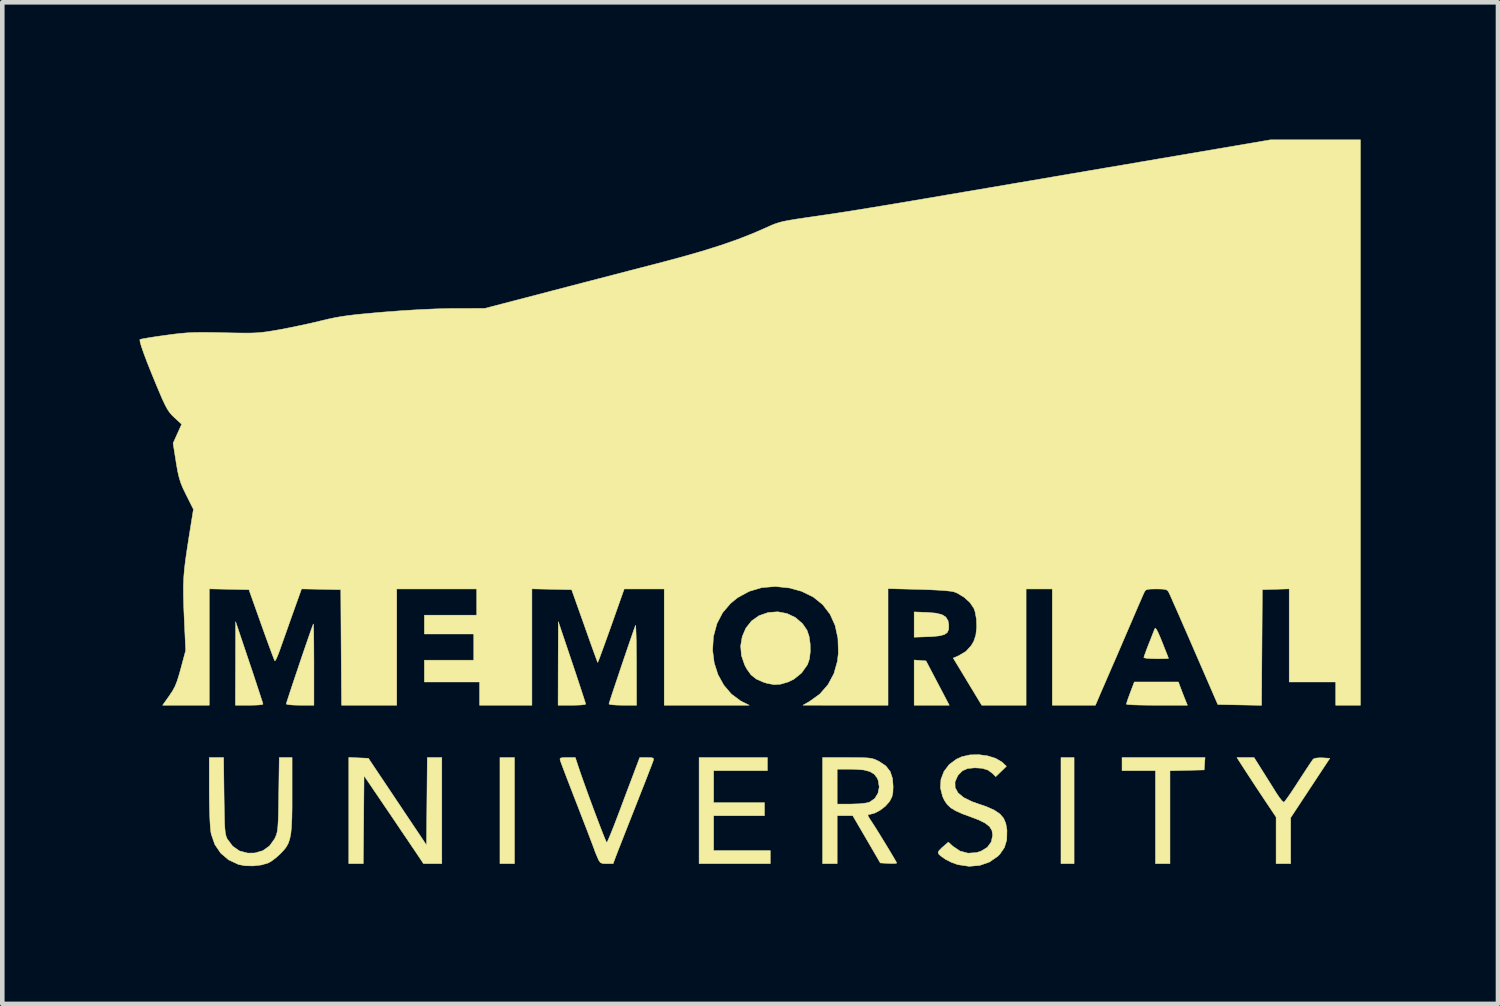
<source format=kicad_pcb>
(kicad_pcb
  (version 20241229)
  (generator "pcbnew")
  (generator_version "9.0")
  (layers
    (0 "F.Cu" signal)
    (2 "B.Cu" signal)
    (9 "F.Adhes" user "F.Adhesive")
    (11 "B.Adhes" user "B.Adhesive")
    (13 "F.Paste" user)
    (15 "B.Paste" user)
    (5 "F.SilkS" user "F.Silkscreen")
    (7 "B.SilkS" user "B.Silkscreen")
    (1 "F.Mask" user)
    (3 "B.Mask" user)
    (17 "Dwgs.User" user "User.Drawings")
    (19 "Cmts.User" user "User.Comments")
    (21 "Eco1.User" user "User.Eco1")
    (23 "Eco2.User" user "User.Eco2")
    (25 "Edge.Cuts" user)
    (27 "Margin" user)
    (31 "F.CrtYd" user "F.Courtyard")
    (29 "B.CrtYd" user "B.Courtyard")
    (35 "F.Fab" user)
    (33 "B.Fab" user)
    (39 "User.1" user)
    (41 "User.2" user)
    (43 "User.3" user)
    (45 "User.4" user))
  (footprint "M_Logo"
    (layer "F.Cu")
    (at 13.3 7.942)
    (property "Reference" "M_Logo" (at 0 0 0) (layer "F.SilkS") (effects (font (size 1.524 1.524) (thickness 0.3))))
    (attr through_hole)
    (fp_poly (pts (xy -5.112 7.874) (xy -5.429 7.874) (xy -5.429 5.556) (xy -5.112 5.556) (xy -5.112 7.874)) (stroke (width 0.01) (type solid)) (fill yes) (layer "F.SilkS"))
    (fp_poly (pts (xy 7.112 7.874) (xy 6.826 7.874) (xy 6.826 5.556) (xy 7.112 5.556) (xy 7.112 7.874)) (stroke (width 0.01) (type solid)) (fill yes) (layer "F.SilkS"))
    (fp_poly (pts (xy 3.749 3.435) (xy 3.878 3.445) (xy 4.132 3.929) (xy 4.386 4.413) (xy 3.619 4.413) (xy 3.619 3.425) (xy 3.749 3.435)) (stroke (width 0.01) (type solid)) (fill yes) (layer "F.SilkS"))
    (fp_poly (pts (xy 9.963 5.691) (xy 9.954 5.826) (xy 9.581 5.835) (xy 9.207 5.844) (xy 9.207 7.874) (xy 8.89 7.874) (xy 8.89 5.842) (xy 8.16 5.842) (xy 8.16 5.556) (xy 9.973 5.556) (xy 9.963 5.691)) (stroke (width 0.01) (type solid)) (fill yes) (layer "F.SilkS"))
    (fp_poly (pts (xy 0.413 5.842) (xy -0.762 5.842) (xy -0.762 6.54) (xy 0.349 6.54) (xy 0.349 6.826) (xy -0.762 6.826) (xy -0.762 7.588) (xy 0.476 7.588) (xy 0.476 7.874) (xy -1.079 7.874) (xy -1.079 5.556) (xy 0.413 5.556) (xy 0.413 5.842)) (stroke (width 0.01) (type solid)) (fill yes) (layer "F.SilkS"))
    (fp_poly (pts (xy 3.903 2.386) (xy 4.09 2.401) (xy 4.223 2.433) (xy 4.309 2.486) (xy 4.358 2.564) (xy 4.375 2.656) (xy 4.373 2.753) (xy 4.344 2.823) (xy 4.279 2.869) (xy 4.171 2.897) (xy 4.012 2.913) (xy 3.934 2.916) (xy 3.619 2.927) (xy 3.619 2.375) (xy 3.903 2.386)) (stroke (width 0.01) (type solid)) (fill yes) (layer "F.SilkS"))
    (fp_poly (pts (xy -10.904 3.477) (xy -10.828 3.702) (xy -10.76 3.909) (xy -10.701 4.088) (xy -10.654 4.232) (xy -10.621 4.333) (xy -10.606 4.385) (xy -10.605 4.389) (xy -10.634 4.4) (xy -10.713 4.408) (xy -10.828 4.412) (xy -10.906 4.413) (xy -11.208 4.413) (xy -11.205 3.5) (xy -11.203 2.588) (xy -10.904 3.477)) (stroke (width 0.01) (type solid)) (fill yes) (layer "F.SilkS"))
    (fp_poly (pts (xy -3.855 3.476) (xy -3.779 3.702) (xy -3.711 3.908) (xy -3.652 4.087) (xy -3.605 4.231) (xy -3.572 4.333) (xy -3.557 4.385) (xy -3.556 4.389) (xy -3.585 4.399) (xy -3.665 4.408) (xy -3.78 4.412) (xy -3.858 4.413) (xy -4.159 4.413) (xy -4.157 3.5) (xy -4.154 2.588) (xy -3.855 3.476)) (stroke (width 0.01) (type solid)) (fill yes) (layer "F.SilkS"))
    (fp_poly (pts (xy 9.423 3.993) (xy 9.453 4.072) (xy 9.495 4.181) (xy 9.521 4.247) (xy 9.588 4.413) (xy 8.921 4.413) (xy 8.723 4.412) (xy 8.549 4.409) (xy 8.407 4.405) (xy 8.307 4.399) (xy 8.258 4.392) (xy 8.254 4.389) (xy 8.265 4.35) (xy 8.292 4.268) (xy 8.332 4.159) (xy 8.341 4.135) (xy 8.428 3.905) (xy 9.392 3.905) (xy 9.423 3.993)) (stroke (width 0.01) (type solid)) (fill yes) (layer "F.SilkS"))
    (fp_poly (pts (xy -8.517 5.563) (xy -8.303 5.572) (xy -7.668 6.521) (xy -7.033 7.47) (xy -7.016 5.556) (xy -6.699 5.556) (xy -6.699 7.874) (xy -7.099 7.874) (xy -7.221 7.691) (xy -7.27 7.618) (xy -7.35 7.5) (xy -7.453 7.347) (xy -7.575 7.168) (xy -7.708 6.97) (xy -7.848 6.763) (xy -7.87 6.731) (xy -8.398 5.953) (xy -8.406 6.914) (xy -8.415 7.874) (xy -8.731 7.874) (xy -8.731 5.553) (xy -8.517 5.563)) (stroke (width 0.01) (type solid)) (fill yes) (layer "F.SilkS"))
    (fp_poly (pts (xy 8.911 2.755) (xy 8.947 2.824) (xy 8.999 2.944) (xy 9.035 3.032) (xy 9.089 3.169) (xy 9.134 3.282) (xy 9.164 3.359) (xy 9.175 3.389) (xy 9.146 3.393) (xy 9.068 3.396) (xy 8.956 3.397) (xy 8.906 3.397) (xy 8.784 3.394) (xy 8.691 3.387) (xy 8.641 3.376) (xy 8.636 3.372) (xy 8.647 3.333) (xy 8.677 3.249) (xy 8.719 3.137) (xy 8.742 3.078) (xy 8.793 2.951) (xy 8.836 2.84) (xy 8.866 2.764) (xy 8.872 2.746) (xy 8.887 2.731) (xy 8.911 2.755)) (stroke (width 0.01) (type solid)) (fill yes) (layer "F.SilkS"))
    (fp_poly (pts (xy -9.502 2.665) (xy -9.499 2.747) (xy -9.497 2.878) (xy -9.495 3.048) (xy -9.494 3.25) (xy -9.493 3.477) (xy -9.493 3.519) (xy -9.493 4.413) (xy -9.795 4.413) (xy -9.924 4.41) (xy -10.026 4.403) (xy -10.086 4.392) (xy -10.097 4.384) (xy -10.087 4.348) (xy -10.059 4.262) (xy -10.018 4.134) (xy -9.965 3.975) (xy -9.904 3.792) (xy -9.838 3.597) (xy -9.771 3.397) (xy -9.705 3.203) (xy -9.643 3.024) (xy -9.589 2.868) (xy -9.546 2.746) (xy -9.517 2.666) (xy -9.505 2.638) (xy -9.502 2.665)) (stroke (width 0.01) (type solid)) (fill yes) (layer "F.SilkS"))
    (fp_poly (pts (xy -2.463 2.685) (xy -2.459 2.759) (xy -2.455 2.881) (xy -2.451 3.045) (xy -2.449 3.242) (xy -2.447 3.466) (xy -2.447 3.516) (xy -2.445 4.413) (xy -2.746 4.413) (xy -2.876 4.41) (xy -2.978 4.403) (xy -3.038 4.392) (xy -3.048 4.385) (xy -3.038 4.351) (xy -3.011 4.266) (xy -2.97 4.139) (xy -2.917 3.981) (xy -2.856 3.8) (xy -2.791 3.605) (xy -2.724 3.407) (xy -2.658 3.213) (xy -2.597 3.035) (xy -2.543 2.88) (xy -2.501 2.758) (xy -2.472 2.679) (xy -2.468 2.667) (xy -2.463 2.685)) (stroke (width 0.01) (type solid)) (fill yes) (layer "F.SilkS"))
    (fp_poly (pts (xy 0.841 2.41) (xy 1.025 2.497) (xy 1.179 2.63) (xy 1.278 2.774) (xy 1.323 2.905) (xy 1.347 3.069) (xy 1.35 3.242) (xy 1.331 3.403) (xy 1.29 3.524) (xy 1.159 3.709) (xy 0.989 3.846) (xy 0.866 3.905) (xy 0.704 3.953) (xy 0.559 3.963) (xy 0.405 3.934) (xy 0.324 3.909) (xy 0.171 3.841) (xy 0.056 3.75) (xy -0.038 3.62) (xy -0.084 3.533) (xy -0.154 3.328) (xy -0.171 3.118) (xy -0.137 2.914) (xy -0.057 2.728) (xy 0.067 2.572) (xy 0.229 2.457) (xy 0.432 2.387) (xy 0.64 2.372) (xy 0.841 2.41)) (stroke (width 0.01) (type solid)) (fill yes) (layer "F.SilkS"))
    (fp_poly (pts (xy 11.213 5.825) (xy 11.307 5.974) (xy 11.408 6.135) (xy 11.499 6.28) (xy 11.522 6.318) (xy 11.59 6.419) (xy 11.648 6.494) (xy 11.688 6.53) (xy 11.696 6.531) (xy 11.723 6.502) (xy 11.778 6.428) (xy 11.854 6.318) (xy 11.944 6.182) (xy 12.016 6.071) (xy 12.114 5.92) (xy 12.202 5.786) (xy 12.273 5.679) (xy 12.321 5.609) (xy 12.338 5.588) (xy 12.388 5.569) (xy 12.477 5.561) (xy 12.536 5.562) (xy 12.699 5.572) (xy 11.843 6.87) (xy 11.843 7.874) (xy 11.525 7.874) (xy 11.525 6.856) (xy 11.276 6.484) (xy 11.165 6.317) (xy 11.047 6.139) (xy 10.937 5.97) (xy 10.848 5.834) (xy 10.669 5.556) (xy 11.044 5.556) (xy 11.213 5.825)) (stroke (width 0.01) (type solid)) (fill yes) (layer "F.SilkS"))
    (fp_poly (pts (xy -11.456 6.39) (xy -11.452 6.645) (xy -11.448 6.846) (xy -11.444 6.999) (xy -11.437 7.113) (xy -11.428 7.196) (xy -11.416 7.256) (xy -11.401 7.302) (xy -11.386 7.334) (xy -11.268 7.492) (xy -11.119 7.596) (xy -10.941 7.643) (xy -10.787 7.641) (xy -10.608 7.59) (xy -10.461 7.485) (xy -10.35 7.329) (xy -10.339 7.306) (xy -10.318 7.256) (xy -10.301 7.204) (xy -10.289 7.139) (xy -10.28 7.055) (xy -10.273 6.941) (xy -10.268 6.789) (xy -10.264 6.59) (xy -10.261 6.358) (xy -10.25 5.556) (xy -9.97 5.556) (xy -9.97 6.36) (xy -9.97 6.649) (xy -9.974 6.882) (xy -9.983 7.068) (xy -9.997 7.215) (xy -10.02 7.331) (xy -10.051 7.425) (xy -10.094 7.504) (xy -10.149 7.576) (xy -10.219 7.65) (xy -10.226 7.657) (xy -10.324 7.746) (xy -10.424 7.821) (xy -10.496 7.861) (xy -10.645 7.903) (xy -10.822 7.923) (xy -10.997 7.919) (xy -11.139 7.892) (xy -11.356 7.791) (xy -11.53 7.643) (xy -11.658 7.454) (xy -11.736 7.228) (xy -11.745 7.176) (xy -11.755 7.082) (xy -11.764 6.937) (xy -11.771 6.755) (xy -11.776 6.548) (xy -11.779 6.329) (xy -11.779 6.263) (xy -11.779 5.556) (xy -11.466 5.556) (xy -11.456 6.39)) (stroke (width 0.01) (type solid)) (fill yes) (layer "F.SilkS"))
    (fp_poly (pts (xy 2.353 5.557) (xy 2.498 5.559) (xy 2.604 5.564) (xy 2.681 5.574) (xy 2.743 5.59) (xy 2.8 5.614) (xy 2.859 5.644) (xy 3.001 5.74) (xy 3.095 5.86) (xy 3.146 6.014) (xy 3.159 6.191) (xy 3.154 6.319) (xy 3.135 6.41) (xy 3.093 6.493) (xy 3.071 6.527) (xy 2.989 6.619) (xy 2.879 6.704) (xy 2.765 6.766) (xy 2.665 6.794) (xy 2.656 6.795) (xy 2.613 6.802) (xy 2.611 6.832) (xy 2.648 6.895) (xy 2.663 6.917) (xy 2.704 6.979) (xy 2.767 7.077) (xy 2.844 7.2) (xy 2.928 7.337) (xy 3.014 7.477) (xy 3.094 7.61) (xy 3.162 7.724) (xy 3.212 7.81) (xy 3.237 7.856) (xy 3.239 7.86) (xy 3.21 7.868) (xy 3.136 7.87) (xy 3.059 7.868) (xy 2.879 7.858) (xy 2.579 7.342) (xy 2.278 6.826) (xy 1.937 6.826) (xy 1.937 7.874) (xy 1.619 7.874) (xy 1.619 5.81) (xy 1.937 5.81) (xy 1.937 6.572) (xy 2.239 6.572) (xy 2.423 6.566) (xy 2.568 6.549) (xy 2.65 6.527) (xy 2.759 6.45) (xy 2.829 6.335) (xy 2.856 6.199) (xy 2.834 6.057) (xy 2.811 6.003) (xy 2.748 5.92) (xy 2.653 5.862) (xy 2.518 5.827) (xy 2.334 5.812) (xy 2.242 5.81) (xy 1.937 5.81) (xy 1.619 5.81) (xy 1.619 5.556) (xy 2.155 5.556) (xy 2.353 5.557)) (stroke (width 0.01) (type solid)) (fill yes) (layer "F.SilkS"))
    (fp_poly (pts (xy -3.715 5.761) (xy -3.664 5.912) (xy -3.601 6.09) (xy -3.531 6.285) (xy -3.457 6.488) (xy -3.382 6.691) (xy -3.309 6.885) (xy -3.242 7.061) (xy -3.184 7.21) (xy -3.138 7.325) (xy -3.107 7.395) (xy -3.096 7.414) (xy -3.079 7.385) (xy -3.044 7.305) (xy -2.993 7.182) (xy -2.93 7.024) (xy -2.859 6.838) (xy -2.806 6.699) (xy -2.726 6.484) (xy -2.648 6.276) (xy -2.576 6.087) (xy -2.516 5.928) (xy -2.472 5.81) (xy -2.457 5.771) (xy -2.376 5.556) (xy -2.218 5.556) (xy -2.125 5.558) (xy -2.081 5.569) (xy -2.074 5.597) (xy -2.082 5.628) (xy -2.099 5.674) (xy -2.136 5.772) (xy -2.191 5.913) (xy -2.259 6.09) (xy -2.34 6.294) (xy -2.428 6.518) (xy -2.468 6.62) (xy -2.561 6.856) (xy -2.65 7.081) (xy -2.73 7.285) (xy -2.799 7.461) (xy -2.853 7.598) (xy -2.887 7.688) (xy -2.895 7.707) (xy -2.957 7.874) (xy -3.099 7.874) (xy -3.185 7.871) (xy -3.235 7.85) (xy -3.272 7.798) (xy -3.303 7.728) (xy -3.339 7.642) (xy -3.362 7.584) (xy -3.365 7.57) (xy -3.377 7.539) (xy -3.408 7.455) (xy -3.457 7.327) (xy -3.52 7.161) (xy -3.596 6.965) (xy -3.681 6.745) (xy -3.726 6.628) (xy -3.816 6.397) (xy -3.899 6.181) (xy -3.973 5.99) (xy -4.033 5.832) (xy -4.078 5.713) (xy -4.104 5.642) (xy -4.109 5.628) (xy -4.118 5.587) (xy -4.102 5.566) (xy -4.047 5.557) (xy -3.958 5.556) (xy -3.783 5.556) (xy -3.715 5.761)) (stroke (width 0.01) (type solid)) (fill yes) (layer "F.SilkS"))
    (fp_poly (pts (xy 5.224 5.519) (xy 5.399 5.574) (xy 5.536 5.654) (xy 5.555 5.672) (xy 5.634 5.747) (xy 5.518 5.86) (xy 5.401 5.973) (xy 5.335 5.906) (xy 5.232 5.83) (xy 5.103 5.79) (xy 4.943 5.78) (xy 4.787 5.795) (xy 4.673 5.845) (xy 4.583 5.936) (xy 4.57 5.955) (xy 4.511 6.089) (xy 4.514 6.213) (xy 4.578 6.328) (xy 4.701 6.43) (xy 4.883 6.519) (xy 4.979 6.553) (xy 5.203 6.63) (xy 5.371 6.706) (xy 5.492 6.788) (xy 5.573 6.882) (xy 5.621 6.996) (xy 5.645 7.135) (xy 5.646 7.153) (xy 5.641 7.355) (xy 5.591 7.521) (xy 5.492 7.665) (xy 5.443 7.714) (xy 5.262 7.839) (xy 5.051 7.912) (xy 4.82 7.932) (xy 4.579 7.896) (xy 4.57 7.894) (xy 4.433 7.845) (xy 4.3 7.777) (xy 4.194 7.702) (xy 4.158 7.667) (xy 4.142 7.631) (xy 4.161 7.59) (xy 4.221 7.529) (xy 4.242 7.511) (xy 4.366 7.403) (xy 4.461 7.491) (xy 4.619 7.598) (xy 4.795 7.645) (xy 4.982 7.632) (xy 5.08 7.601) (xy 5.217 7.517) (xy 5.303 7.399) (xy 5.334 7.254) (xy 5.334 7.248) (xy 5.318 7.148) (xy 5.265 7.063) (xy 5.168 6.987) (xy 5.02 6.914) (xy 4.882 6.862) (xy 4.68 6.788) (xy 4.53 6.721) (xy 4.42 6.655) (xy 4.341 6.581) (xy 4.281 6.493) (xy 4.24 6.406) (xy 4.193 6.218) (xy 4.204 6.033) (xy 4.27 5.86) (xy 4.384 5.709) (xy 4.543 5.591) (xy 4.659 5.538) (xy 4.836 5.498) (xy 5.03 5.493) (xy 5.224 5.519)) (stroke (width 0.01) (type solid)) (fill yes) (layer "F.SilkS"))
    (fp_poly (pts (xy 13.367 4.413) (xy 12.827 4.413) (xy 12.827 3.905) (xy 11.811 3.905) (xy 11.811 1.871) (xy 11.517 1.88) (xy 11.224 1.889) (xy 11.207 4.415) (xy 10.252 4.397) (xy 9.735 3.207) (xy 9.622 2.946) (xy 9.515 2.702) (xy 9.419 2.481) (xy 9.334 2.289) (xy 9.265 2.133) (xy 9.215 2.019) (xy 9.185 1.955) (xy 9.18 1.945) (xy 9.154 1.907) (xy 9.113 1.886) (xy 9.044 1.876) (xy 8.929 1.873) (xy 8.91 1.873) (xy 8.79 1.875) (xy 8.717 1.882) (xy 8.675 1.901) (xy 8.649 1.937) (xy 8.638 1.961) (xy 8.614 2.014) (xy 8.57 2.116) (xy 8.508 2.258) (xy 8.434 2.43) (xy 8.351 2.623) (xy 8.298 2.746) (xy 8.211 2.948) (xy 8.131 3.135) (xy 8.061 3.298) (xy 8.005 3.427) (xy 7.967 3.513) (xy 7.955 3.54) (xy 7.927 3.605) (xy 7.88 3.714) (xy 7.82 3.852) (xy 7.754 4.005) (xy 7.745 4.024) (xy 7.578 4.413) (xy 6.636 4.413) (xy 6.636 1.873) (xy 6.064 1.873) (xy 6.064 4.413) (xy 5.095 4.413) (xy 4.784 3.898) (xy 4.472 3.383) (xy 4.594 3.33) (xy 4.749 3.238) (xy 4.866 3.11) (xy 4.921 3.016) (xy 4.966 2.879) (xy 4.985 2.708) (xy 4.979 2.529) (xy 4.948 2.365) (xy 4.923 2.296) (xy 4.837 2.169) (xy 4.708 2.053) (xy 4.556 1.962) (xy 4.48 1.933) (xy 4.414 1.922) (xy 4.296 1.91) (xy 4.137 1.899) (xy 3.95 1.89) (xy 3.746 1.883) (xy 3.707 1.882) (xy 3.048 1.866) (xy 3.048 4.413) (xy 2.119 4.413) (xy 1.191 4.412) (xy 1.333 4.331) (xy 1.557 4.17) (xy 1.735 3.966) (xy 1.865 3.725) (xy 1.942 3.454) (xy 1.963 3.274) (xy 1.954 2.956) (xy 1.893 2.672) (xy 1.782 2.425) (xy 1.622 2.216) (xy 1.415 2.049) (xy 1.161 1.925) (xy 0.899 1.852) (xy 0.587 1.819) (xy 0.29 1.844) (xy 0.014 1.926) (xy -0.236 2.062) (xy -0.392 2.189) (xy -0.566 2.393) (xy -0.689 2.629) (xy -0.763 2.902) (xy -0.767 2.929) (xy -0.784 3.212) (xy -0.749 3.487) (xy -0.667 3.744) (xy -0.54 3.974) (xy -0.375 4.168) (xy -0.173 4.318) (xy -0.121 4.345) (xy 0.016 4.413) (xy -0.913 4.413) (xy -1.841 4.413) (xy -1.841 1.873) (xy -2.278 1.873) (xy -2.715 1.873) (xy -3 2.68) (xy -3.076 2.892) (xy -3.145 3.083) (xy -3.204 3.245) (xy -3.25 3.37) (xy -3.281 3.45) (xy -3.294 3.479) (xy -3.294 3.479) (xy -3.306 3.448) (xy -3.337 3.365) (xy -3.383 3.239) (xy -3.442 3.076) (xy -3.51 2.884) (xy -3.582 2.68) (xy -3.863 1.889) (xy -4.297 1.88) (xy -4.731 1.871) (xy -4.731 4.413) (xy -5.874 4.413) (xy -5.874 3.905) (xy -7.08 3.905) (xy -7.08 3.429) (xy -6.001 3.429) (xy -6.001 2.857) (xy -7.08 2.857) (xy -7.08 2.445) (xy -5.937 2.445) (xy -5.937 1.873) (xy -7.684 1.873) (xy -7.684 4.413) (xy -8.889 4.413) (xy -8.898 3.151) (xy -8.906 1.889) (xy -9.335 1.88) (xy -9.763 1.872) (xy -9.959 2.42) (xy -10.029 2.617) (xy -10.098 2.813) (xy -10.162 2.992) (xy -10.214 3.139) (xy -10.241 3.216) (xy -10.283 3.326) (xy -10.318 3.406) (xy -10.342 3.443) (xy -10.347 3.444) (xy -10.362 3.41) (xy -10.396 3.324) (xy -10.444 3.195) (xy -10.505 3.03) (xy -10.574 2.839) (xy -10.639 2.657) (xy -10.912 1.889) (xy -11.345 1.88) (xy -11.779 1.871) (xy -11.779 4.413) (xy -12.798 4.413) (xy -12.651 4.206) (xy -12.582 4.103) (xy -12.528 4.003) (xy -12.482 3.888) (xy -12.436 3.741) (xy -12.399 3.608) (xy -12.294 3.216) (xy -12.325 2.536) (xy -12.337 2.255) (xy -12.343 2.021) (xy -12.344 1.819) (xy -12.337 1.632) (xy -12.322 1.445) (xy -12.298 1.243) (xy -12.264 1.009) (xy -12.225 0.757) (xy -12.125 0.133) (xy -12.282 -0.18) (xy -12.352 -0.324) (xy -12.402 -0.446) (xy -12.439 -0.566) (xy -12.471 -0.706) (xy -12.502 -0.887) (xy -12.504 -0.902) (xy -12.569 -1.311) (xy -12.382 -1.725) (xy -12.54 -1.87) (xy -12.599 -1.928) (xy -12.649 -1.987) (xy -12.696 -2.058) (xy -12.746 -2.151) (xy -12.805 -2.276) (xy -12.877 -2.445) (xy -12.924 -2.556) (xy -13.038 -2.833) (xy -13.134 -3.073) (xy -13.208 -3.27) (xy -13.261 -3.422) (xy -13.29 -3.525) (xy -13.295 -3.574) (xy -13.293 -3.576) (xy -13.258 -3.586) (xy -13.17 -3.602) (xy -13.041 -3.624) (xy -12.88 -3.648) (xy -12.742 -3.667) (xy -12.558 -3.692) (xy -12.401 -3.71) (xy -12.254 -3.722) (xy -12.105 -3.729) (xy -11.938 -3.731) (xy -11.738 -3.73) (xy -11.492 -3.725) (xy -11.462 -3.724) (xy -11.22 -3.719) (xy -11.029 -3.717) (xy -10.875 -3.717) (xy -10.746 -3.722) (xy -10.629 -3.732) (xy -10.51 -3.747) (xy -10.377 -3.768) (xy -10.24 -3.792) (xy -10.022 -3.834) (xy -9.777 -3.885) (xy -9.534 -3.938) (xy -9.324 -3.988) (xy -9.319 -3.989) (xy -9.173 -4.024) (xy -9.035 -4.053) (xy -8.893 -4.078) (xy -8.737 -4.1) (xy -8.555 -4.122) (xy -8.336 -4.143) (xy -8.069 -4.167) (xy -7.953 -4.177) (xy -7.565 -4.206) (xy -7.185 -4.229) (xy -6.828 -4.245) (xy -6.512 -4.253) (xy -6.398 -4.254) (xy -5.763 -4.255) (xy -4.255 -4.648) (xy -3.922 -4.735) (xy -3.581 -4.824) (xy -3.241 -4.912) (xy -2.913 -4.997) (xy -2.608 -5.077) (xy -2.336 -5.147) (xy -2.108 -5.206) (xy -1.984 -5.238) (xy -1.474 -5.374) (xy -1.019 -5.504) (xy -0.612 -5.632) (xy -0.246 -5.759) (xy 0.087 -5.889) (xy 0.395 -6.023) (xy 0.413 -6.031) (xy 0.5 -6.071) (xy 0.581 -6.103) (xy 0.664 -6.13) (xy 0.76 -6.155) (xy 0.88 -6.178) (xy 1.032 -6.204) (xy 1.226 -6.233) (xy 1.474 -6.269) (xy 1.477 -6.269) (xy 1.619 -6.29) (xy 1.765 -6.311) (xy 1.918 -6.334) (xy 2.084 -6.36) (xy 2.265 -6.388) (xy 2.467 -6.421) (xy 2.693 -6.458) (xy 2.949 -6.5) (xy 3.238 -6.548) (xy 3.564 -6.603) (xy 3.932 -6.665) (xy 4.347 -6.736) (xy 4.811 -6.815) (xy 5.331 -6.903) (xy 5.81 -6.985) (xy 5.965 -7.011) (xy 6.176 -7.047) (xy 6.435 -7.091) (xy 6.736 -7.143) (xy 7.072 -7.2) (xy 7.436 -7.262) (xy 7.821 -7.328) (xy 8.22 -7.395) (xy 8.627 -7.465) (xy 8.98 -7.525) (xy 11.403 -7.938) (xy 13.367 -7.938) (xy 13.367 4.413)) (stroke (width 0.01) (type solid)) (fill yes) (layer "F.SilkS")))
  (gr_rect
    (start -3 -3)
    (end 29.672 18.879)
    (stroke (width 0.1) (type default))
    (fill no)
    (layer "Edge.Cuts")))
</source>
